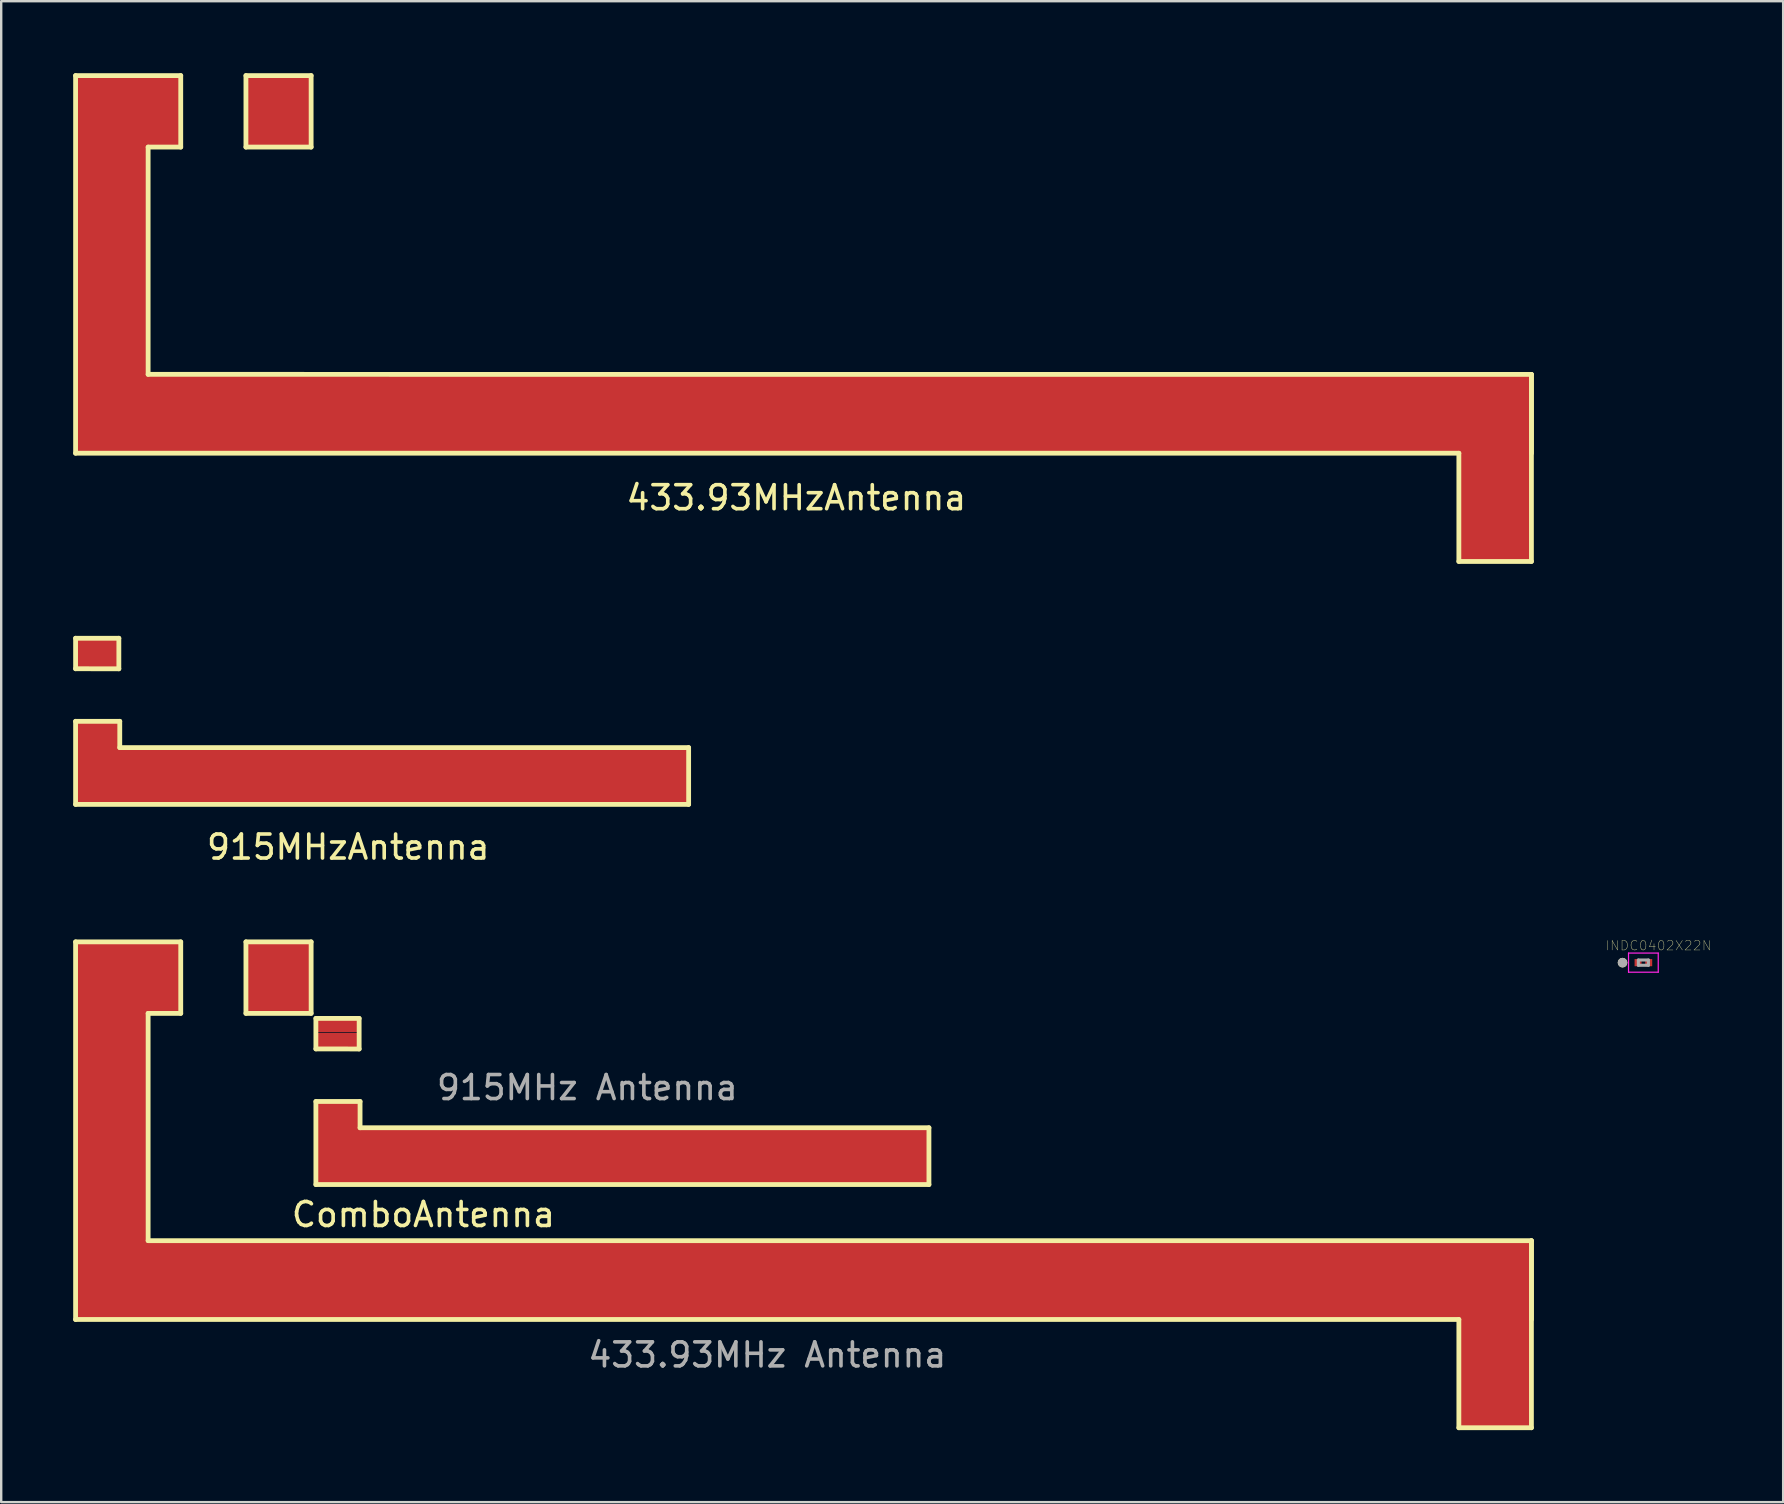
<source format=kicad_pcb>
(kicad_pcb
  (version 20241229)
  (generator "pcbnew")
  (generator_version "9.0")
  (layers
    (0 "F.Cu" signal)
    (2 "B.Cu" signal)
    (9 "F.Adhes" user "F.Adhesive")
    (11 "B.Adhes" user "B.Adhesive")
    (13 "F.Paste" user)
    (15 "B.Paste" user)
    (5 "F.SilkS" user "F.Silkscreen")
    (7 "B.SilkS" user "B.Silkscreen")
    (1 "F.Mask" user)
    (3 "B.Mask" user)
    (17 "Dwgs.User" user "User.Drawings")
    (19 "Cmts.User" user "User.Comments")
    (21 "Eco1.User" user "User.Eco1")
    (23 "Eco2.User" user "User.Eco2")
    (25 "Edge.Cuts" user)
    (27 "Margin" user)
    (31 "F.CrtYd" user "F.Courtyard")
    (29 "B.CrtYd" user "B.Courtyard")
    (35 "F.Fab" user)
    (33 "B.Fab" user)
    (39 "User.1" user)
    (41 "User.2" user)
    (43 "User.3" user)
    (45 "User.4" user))
  (footprint "915MHzAntenna"
    (layer "F.Cu")
    (at 11.441 32.742)
    (property "Reference" "915MHzAntenna" (at 0.02 -0.49 0) (layer "F.SilkS") (effects (font (size 1 1) (thickness 0.15))))
    (attr through_hole)
    (fp_poly (pts (xy -9.55 -4.55) (xy 14.13 -4.56) (xy 14.13 -2.35) (xy -11.25 -2.35) (xy -11.25 -5.65) (xy -9.55 -5.65)) (stroke (width 0.1) (type solid)) (fill yes) (layer "F.Cu"))
    (fp_line (start -11.341 -9.194) (end -9.538 -9.194) (stroke (width 0.2) (type solid)) (layer "F.SilkS"))
    (fp_line (start -11.341 -7.923) (end -11.341 -9.194) (stroke (width 0.2) (type solid)) (layer "F.SilkS"))
    (fp_line (start -11.341 -5.732) (end -9.5 -5.732) (stroke (width 0.2) (type solid)) (layer "F.SilkS"))
    (fp_line (start -11.341 -2.27) (end -11.341 -5.732) (stroke (width 0.2) (type solid)) (layer "F.SilkS"))
    (fp_line (start -9.538 -9.194) (end -9.538 -7.92) (stroke (width 0.2) (type solid)) (layer "F.SilkS"))
    (fp_line (start -9.538 -7.92) (end -11.341 -7.923) (stroke (width 0.2) (type solid)) (layer "F.SilkS"))
    (fp_line (start -9.5 -5.732) (end -9.5 -4.637) (stroke (width 0.2) (type solid)) (layer "F.SilkS"))
    (fp_line (start -9.5 -4.637) (end 14.207 -4.637) (stroke (width 0.2) (type solid)) (layer "F.SilkS"))
    (fp_line (start 14.207 -4.637) (end 14.207 -2.27) (stroke (width 0.2) (type solid)) (layer "F.SilkS"))
    (fp_line (start 14.207 -2.27) (end -11.341 -2.27) (stroke (width 0.2) (type solid)) (layer "F.SilkS"))
    (pad "1" smd rect (at -10.41 -4.81) (size 1.8 1.8) (layers "F.Cu" "F.Mask" "F.Paste"))
    (pad "2" smd rect (at -10.42 -8.54) (size 1.8 1.2) (layers "F.Cu" "F.Mask" "F.Paste")))
  (footprint "433.93MHzAntenna"
    (layer "F.Cu")
    (at 30.135 14.194)
    (property "Reference" "433.93MHzAntenna" (at 0 3.5 0) (layer "F.SilkS") (effects (font (size 1 1) (thickness 0.15))))
    (attr through_hole)
    (fp_poly (pts (xy -25.74 -11.21) (xy -27.1 -11.21) (xy -27.09 -1.55) (xy 30.54 -1.56) (xy 30.54 6.06) (xy 27.7 6.06) (xy 27.7 1.55) (xy -29.93 1.56) (xy -29.93 -14) (xy -25.75 -14)) (stroke (width 0.1) (type solid)) (fill yes) (layer "F.Cu"))
    (fp_line (start -30.035 -14.094) (end -25.653 -14.094) (stroke (width 0.2) (type solid)) (layer "F.SilkS"))
    (fp_line (start -30.035 1.643) (end -30.035 -14.094) (stroke (width 0.2) (type solid)) (layer "F.SilkS"))
    (fp_line (start -27.012 -11.114) (end -27.012 -1.643) (stroke (width 0.2) (type solid)) (layer "F.SilkS"))
    (fp_line (start -27.012 -1.643) (end 30.635 -1.641) (stroke (width 0.2) (type solid)) (layer "F.SilkS"))
    (fp_line (start -25.653 -14.094) (end -25.653 -11.114) (stroke (width 0.2) (type solid)) (layer "F.SilkS"))
    (fp_line (start -25.653 -11.114) (end -27.012 -11.114) (stroke (width 0.2) (type solid)) (layer "F.SilkS"))
    (fp_line (start -22.936 -14.094) (end -20.219 -14.094) (stroke (width 0.2) (type solid)) (layer "F.SilkS"))
    (fp_line (start -22.936 -11.114) (end -22.936 -14.094) (stroke (width 0.2) (type solid)) (layer "F.SilkS"))
    (fp_line (start -20.219 -14.094) (end -20.219 -11.114) (stroke (width 0.2) (type solid)) (layer "F.SilkS"))
    (fp_line (start -20.219 -11.114) (end -22.936 -11.114) (stroke (width 0.2) (type solid)) (layer "F.SilkS"))
    (fp_line (start 27.611 1.643) (end -30.035 1.643) (stroke (width 0.2) (type solid)) (layer "F.SilkS"))
    (fp_line (start 27.611 6.154) (end 27.611 1.643) (stroke (width 0.2) (type solid)) (layer "F.SilkS"))
    (fp_line (start 27.611 6.154) (end 30.635 6.154) (stroke (width 0.2) (type solid)) (layer "F.SilkS"))
    (fp_line (start 30.635 -1.641) (end 30.635 1.643) (stroke (width 0.2) (type solid)) (layer "F.SilkS"))
    (fp_line (start 30.635 -1.641) (end 30.635 6.154) (stroke (width 0.2) (type solid)) (layer "F.SilkS"))
    (pad "1" smd rect (at -27.16 -12.6) (size 3 3) (layers "F.Cu" "F.Mask" "F.Paste"))
    (pad "2" smd rect (at -21.57 -12.6) (size 2.8 3) (layers "F.Cu" "F.Mask" "F.Paste")))
  (footprint "INDC0402X22N"
    (layer "F.Cu")
    (at 65.436 37.067)
    (property "Reference" "INDC0402X22N" (at 0.63 -0.71 0) (layer "F.SilkS") (effects (font (size 0.394 0.394) (thickness 0.015))))
    (attr through_hole)
    (fp_circle (center -0.869 0) (end -0.769 0) (stroke (width 0.2) (type solid)) (fill no) (layer "F.SilkS"))
    (fp_line (start -0.619 -0.399) (end 0.619 -0.399) (stroke (width 0.05) (type solid)) (layer "F.CrtYd"))
    (fp_line (start -0.619 0.399) (end -0.619 -0.399) (stroke (width 0.05) (type solid)) (layer "F.CrtYd"))
    (fp_line (start -0.619 0.399) (end 0.619 0.399) (stroke (width 0.05) (type solid)) (layer "F.CrtYd"))
    (fp_line (start 0.619 0.399) (end 0.619 -0.399) (stroke (width 0.05) (type solid)) (layer "F.CrtYd"))
    (fp_line (start -0.21 0.11) (end -0.21 -0.11) (stroke (width 0.127) (type solid)) (layer "F.Fab"))
    (fp_line (start 0.21 -0.11) (end -0.21 -0.11) (stroke (width 0.127) (type solid)) (layer "F.Fab"))
    (fp_line (start 0.21 0.11) (end -0.21 0.11) (stroke (width 0.127) (type solid)) (layer "F.Fab"))
    (fp_line (start 0.21 0.11) (end 0.21 -0.11) (stroke (width 0.127) (type solid)) (layer "F.Fab"))
    (fp_circle (center -0.869 0) (end -0.769 0) (stroke (width 0.2) (type solid)) (fill no) (layer "F.Fab"))
    (pad "1" smd rect (at -0.222 0) (size 0.29 0.3) (layers "F.Cu" "F.Mask" "F.Paste"))
    (pad "2" smd rect (at 0.222 0) (size 0.29 0.3) (layers "F.Cu" "F.Mask" "F.Paste")))
  (footprint "ComboAntenna"
    (layer "F.Cu")
    (at 18.565 40.635)
    (property "Reference" "ComboAntenna" (at -3.97 6.93 0) (layer "F.SilkS") (effects (font (size 1 1) (thickness 0.15))))
    (attr through_hole)
    (fp_poly (pts (xy -6.66 3.4) (xy 17.02 3.39) (xy 17.02 5.6) (xy -8.36 5.6) (xy -8.36 2.3) (xy -6.66 2.3)) (stroke (width 0.1) (type solid)) (fill yes) (layer "F.Cu"))
    (fp_poly (pts (xy -14.17 -1.55) (xy -15.53 -1.55) (xy -15.52 8.11) (xy 42.11 8.1) (xy 42.11 15.72) (xy 39.27 15.72) (xy 39.27 11.21) (xy -18.36 11.22) (xy -18.36 -4.34) (xy -14.18 -4.34)) (stroke (width 0.1) (type solid)) (fill yes) (layer "F.Cu"))
    (fp_line (start -18.465 -4.434) (end -14.083 -4.434) (stroke (width 0.2) (type solid)) (layer "F.SilkS"))
    (fp_line (start -18.465 11.303) (end -18.465 -4.434) (stroke (width 0.2) (type solid)) (layer "F.SilkS"))
    (fp_line (start -15.442 -1.454) (end -15.442 8.017) (stroke (width 0.2) (type solid)) (layer "F.SilkS"))
    (fp_line (start -15.442 8.017) (end 42.205 8.019) (stroke (width 0.2) (type solid)) (layer "F.SilkS"))
    (fp_line (start -14.083 -4.434) (end -14.083 -1.454) (stroke (width 0.2) (type solid)) (layer "F.SilkS"))
    (fp_line (start -14.083 -1.454) (end -15.442 -1.454) (stroke (width 0.2) (type solid)) (layer "F.SilkS"))
    (fp_line (start -11.366 -4.434) (end -8.649 -4.434) (stroke (width 0.2) (type solid)) (layer "F.SilkS"))
    (fp_line (start -11.366 -1.454) (end -11.366 -4.434) (stroke (width 0.2) (type solid)) (layer "F.SilkS"))
    (fp_line (start -8.649 -4.434) (end -8.649 -1.454) (stroke (width 0.2) (type solid)) (layer "F.SilkS"))
    (fp_line (start -8.649 -1.454) (end -11.366 -1.454) (stroke (width 0.2) (type solid)) (layer "F.SilkS"))
    (fp_line (start -8.451 -1.244) (end -6.648 -1.244) (stroke (width 0.2) (type solid)) (layer "F.SilkS"))
    (fp_line (start -8.451 0.027) (end -8.451 -1.244) (stroke (width 0.2) (type solid)) (layer "F.SilkS"))
    (fp_line (start -8.451 2.218) (end -6.61 2.218) (stroke (width 0.2) (type solid)) (layer "F.SilkS"))
    (fp_line (start -8.451 5.68) (end -8.451 2.218) (stroke (width 0.2) (type solid)) (layer "F.SilkS"))
    (fp_line (start -6.648 -1.244) (end -6.648 0.03) (stroke (width 0.2) (type solid)) (layer "F.SilkS"))
    (fp_line (start -6.648 0.03) (end -8.451 0.027) (stroke (width 0.2) (type solid)) (layer "F.SilkS"))
    (fp_line (start -6.61 2.218) (end -6.61 3.313) (stroke (width 0.2) (type solid)) (layer "F.SilkS"))
    (fp_line (start -6.61 3.313) (end 17.097 3.313) (stroke (width 0.2) (type solid)) (layer "F.SilkS"))
    (fp_line (start 17.097 3.313) (end 17.097 5.68) (stroke (width 0.2) (type solid)) (layer "F.SilkS"))
    (fp_line (start 17.097 5.68) (end -8.451 5.68) (stroke (width 0.2) (type solid)) (layer "F.SilkS"))
    (fp_line (start 39.181 11.303) (end -18.465 11.303) (stroke (width 0.2) (type solid)) (layer "F.SilkS"))
    (fp_line (start 39.181 15.814) (end 39.181 11.303) (stroke (width 0.2) (type solid)) (layer "F.SilkS"))
    (fp_line (start 39.181 15.814) (end 42.205 15.814) (stroke (width 0.2) (type solid)) (layer "F.SilkS"))
    (fp_line (start 42.205 8.019) (end 42.205 11.303) (stroke (width 0.2) (type solid)) (layer "F.SilkS"))
    (fp_line (start 42.205 8.019) (end 42.205 15.814) (stroke (width 0.2) (type solid)) (layer "F.SilkS"))
    (fp_text user "915MHz Antenna" (at 2.86 1.64 0) (layer "F.Fab") (effects (font (size 1 1) (thickness 0.15))))
    (fp_text user "433.93MHz Antenna" (at 10.36 12.78 0) (layer "F.Fab") (effects (font (size 1 1) (thickness 0.15))))
    (pad "1" smd rect (at -15.59 -2.94) (size 3 3) (layers "F.Cu" "F.Mask" "F.Paste"))
    (pad "2" smd rect (at -10.63 -2.96) (size 1.4 3) (layers "F.Cu" "F.Mask" "F.Paste"))
    (pad "3" smd rect (at -9.37 -2.94) (size 1.4 3) (layers "F.Cu" "F.Mask" "F.Paste"))
    (pad "4" smd rect (at -7.53 -0.97) (size 1.8 0.6) (layers "F.Cu" "F.Mask" "F.Paste"))
    (pad "5" smd rect (at -7.53 -0.34) (size 1.8 0.6) (layers "F.Cu" "F.Mask" "F.Paste"))
    (pad "6" smd rect (at -7.52 3.14) (size 1.8 1.8) (layers "F.Cu" "F.Mask" "F.Paste")))
  (gr_rect
    (start -3 -3)
    (end 71.261 59.549)
    (stroke (width 0.1) (type default))
    (fill no)
    (layer "Edge.Cuts")))
</source>
